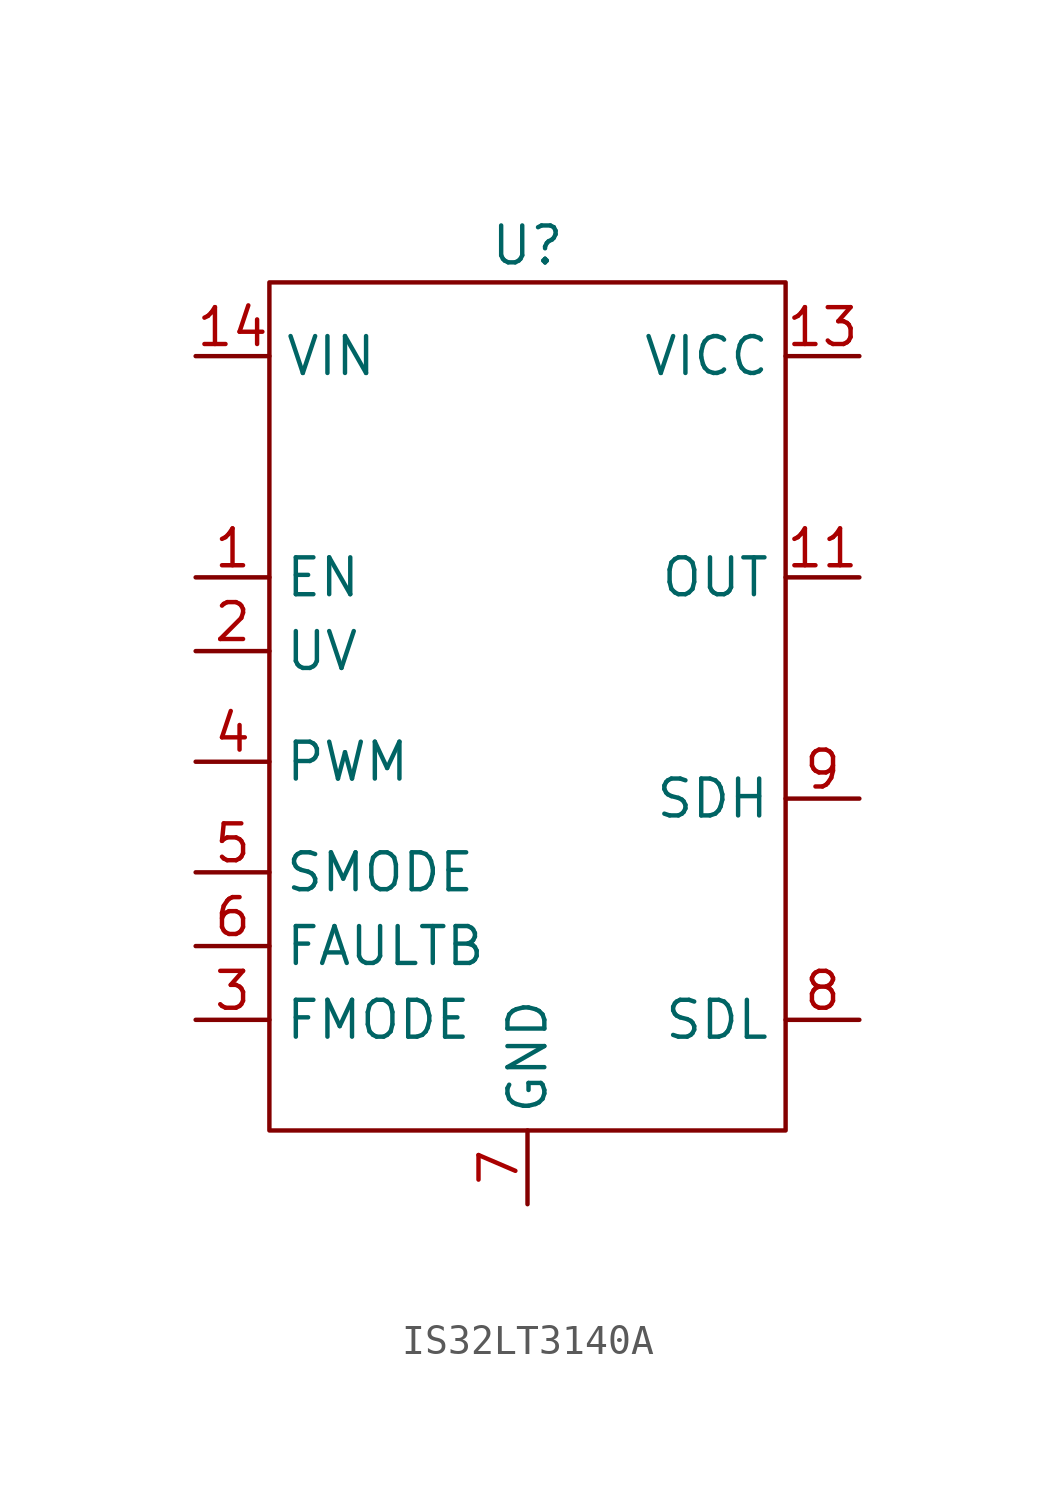
<source format=kicad_sym>
(kicad_symbol_lib
  (version 20231120)
  (generator "kicad_symbol_editor")
  (generator_version "8.0")
  (symbol "IS32LT3140A"
    (property "Reference" "U"
      (at 0 0 0)
      (effects (font (size 1.27 1.27))))
    (property "Value" ""
      (at 0 0 0)
      (effects (font (size 1.27 1.27))))
    (symbol "IS32LT3140A_0_1"
      (rectangle (start -8.89 -1.27) (end 8.89 -30.48) (stroke (width 0) (type default)) (fill (type none))))
    (symbol "IS32LT3140A_1_1"
      (pin input line (at -11.43 -11.43 0) (length 2.54) (name "EN" (effects (font (size 1.27 1.27)))) (number "1" (effects (font (size 1.27 1.27)))))
      (pin input line (at 11.43 -11.43 180) (length 2.54) (name "OUT" (effects (font (size 1.27 1.27)))) (number "11" (effects (font (size 1.27 1.27)))))
      (pin input line (at 11.43 -3.81 180) (length 2.54) (name "VICC" (effects (font (size 1.27 1.27)))) (number "13" (effects (font (size 1.27 1.27)))))
      (pin input line (at -11.43 -3.81 0) (length 2.54) (name "VIN" (effects (font (size 1.27 1.27)))) (number "14" (effects (font (size 1.27 1.27)))))
      (pin input line (at -11.43 -13.97 0) (length 2.54) (name "UV" (effects (font (size 1.27 1.27)))) (number "2" (effects (font (size 1.27 1.27)))))
      (pin input line (at -11.43 -26.67 0) (length 2.54) (name "FMODE" (effects (font (size 1.27 1.27)))) (number "3" (effects (font (size 1.27 1.27)))))
      (pin input line (at -11.43 -17.78 0) (length 2.54) (name "PWM" (effects (font (size 1.27 1.27)))) (number "4" (effects (font (size 1.27 1.27)))))
      (pin input line (at -11.43 -21.59 0) (length 2.54) (name "SMODE" (effects (font (size 1.27 1.27)))) (number "5" (effects (font (size 1.27 1.27)))))
      (pin input line (at -11.43 -24.13 0) (length 2.54) (name "FAULTB" (effects (font (size 1.27 1.27)))) (number "6" (effects (font (size 1.27 1.27)))))
      (pin input line (at 0 -33.02 90) (length 2.54) (name "GND" (effects (font (size 1.27 1.27)))) (number "7" (effects (font (size 1.27 1.27)))))
      (pin input line (at 11.43 -26.67 180) (length 2.54) (name "SDL" (effects (font (size 1.27 1.27)))) (number "8" (effects (font (size 1.27 1.27)))))
      (pin input line (at 11.43 -19.05 180) (length 2.54) (name "SDH" (effects (font (size 1.27 1.27)))) (number "9" (effects (font (size 1.27 1.27))))))))
</source>
